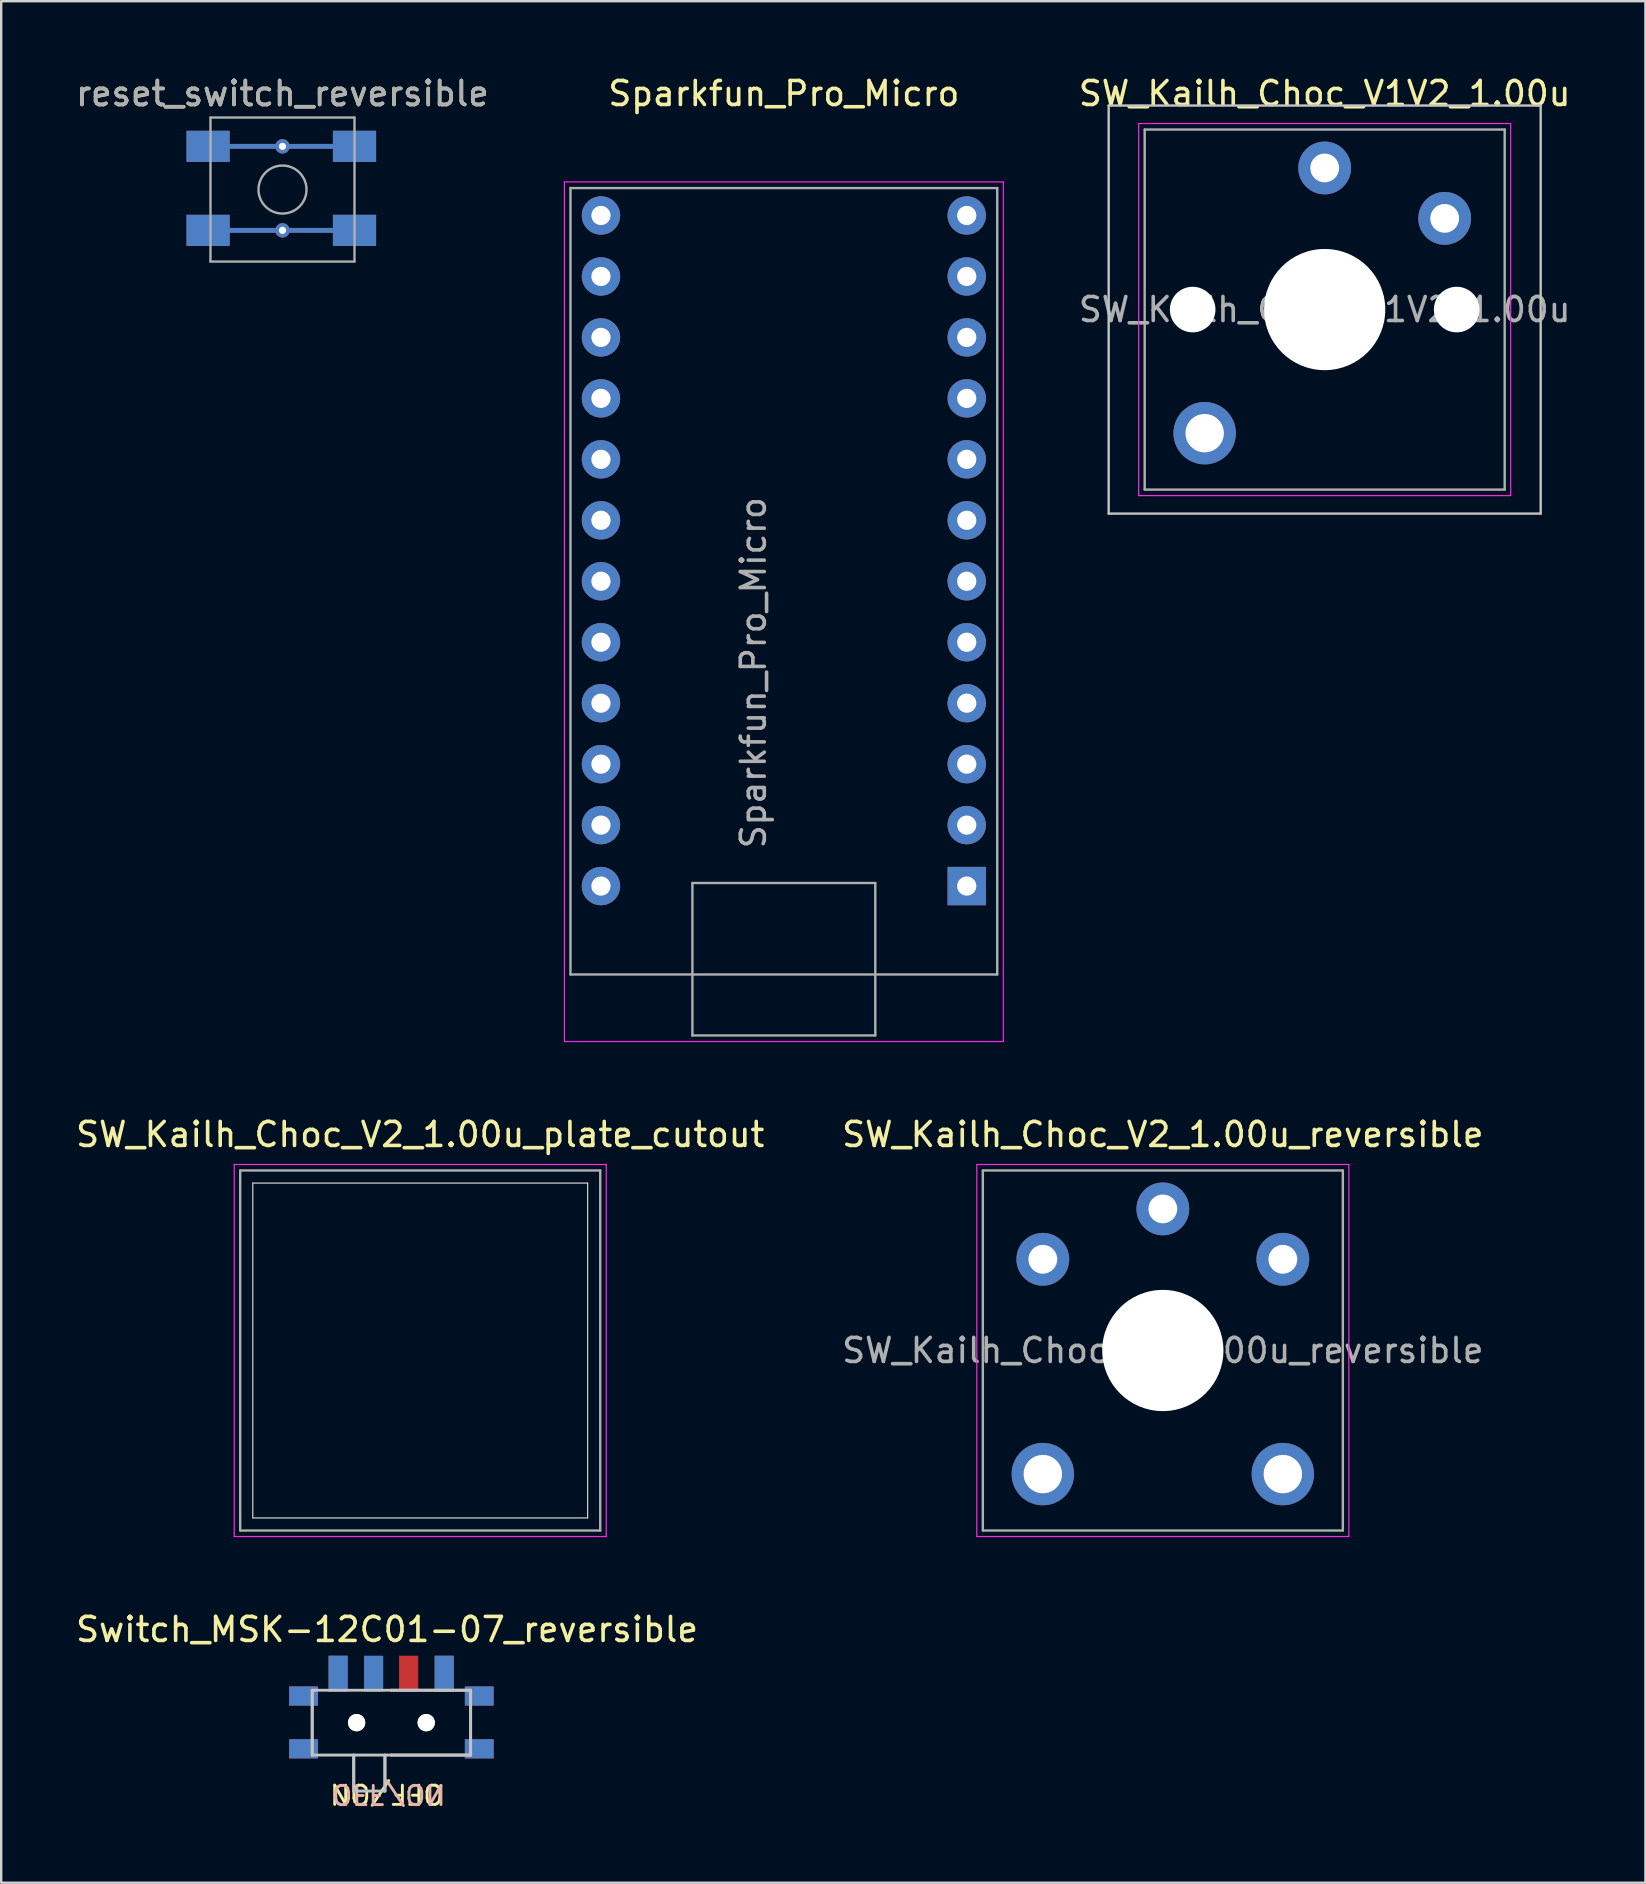
<source format=kicad_pcb>
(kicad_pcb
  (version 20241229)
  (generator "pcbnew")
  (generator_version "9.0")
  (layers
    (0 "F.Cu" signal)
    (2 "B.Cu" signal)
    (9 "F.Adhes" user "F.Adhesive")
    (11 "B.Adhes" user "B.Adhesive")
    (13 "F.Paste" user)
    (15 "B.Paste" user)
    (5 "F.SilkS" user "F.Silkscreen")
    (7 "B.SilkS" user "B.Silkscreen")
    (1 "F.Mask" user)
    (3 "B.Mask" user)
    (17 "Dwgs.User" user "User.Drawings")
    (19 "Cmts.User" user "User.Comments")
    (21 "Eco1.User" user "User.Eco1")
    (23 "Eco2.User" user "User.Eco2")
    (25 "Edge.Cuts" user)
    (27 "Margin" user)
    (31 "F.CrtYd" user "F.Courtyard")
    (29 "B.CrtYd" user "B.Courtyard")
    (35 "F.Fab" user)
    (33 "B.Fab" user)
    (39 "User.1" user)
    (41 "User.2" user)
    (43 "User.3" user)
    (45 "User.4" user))
  (footprint "Sparkfun_Pro_Micro"
    (layer "F.Cu")
    (at 21.989 5.928)
    (property "Reference" "Sparkfun_Pro_Micro" (at 7.62 -5.08 0) (layer "F.SilkS") (effects (font (size 1 1) (thickness 0.15))))
    (attr through_hole)
    (fp_line (start -1.524 -1.397) (end -1.524 34.417) (stroke (width 0.05) (type solid)) (layer "F.CrtYd"))
    (fp_line (start -1.524 -1.397) (end 16.764 -1.397) (stroke (width 0.05) (type solid)) (layer "F.CrtYd"))
    (fp_line (start 16.764 34.417) (end -1.524 34.417) (stroke (width 0.05) (type solid)) (layer "F.CrtYd"))
    (fp_line (start 16.764 34.417) (end 16.764 -1.397) (stroke (width 0.05) (type solid)) (layer "F.CrtYd"))
    (fp_line (start -1.27 -1.143) (end 16.51 -1.143) (stroke (width 0.1) (type solid)) (layer "F.Fab"))
    (fp_line (start -1.27 31.623) (end -1.27 -1.143) (stroke (width 0.1) (type solid)) (layer "F.Fab"))
    (fp_line (start 3.81 27.813) (end 11.43 27.813) (stroke (width 0.1) (type solid)) (layer "F.Fab"))
    (fp_line (start 3.81 34.163) (end 3.81 27.813) (stroke (width 0.1) (type solid)) (layer "F.Fab"))
    (fp_line (start 11.43 27.813) (end 11.43 34.163) (stroke (width 0.1) (type solid)) (layer "F.Fab"))
    (fp_line (start 11.43 34.163) (end 3.81 34.163) (stroke (width 0.1) (type solid)) (layer "F.Fab"))
    (fp_line (start 16.51 -1.143) (end 16.51 31.623) (stroke (width 0.1) (type solid)) (layer "F.Fab"))
    (fp_line (start 16.51 31.623) (end -1.27 31.623) (stroke (width 0.1) (type solid)) (layer "F.Fab"))
    (fp_text user "${REFERENCE}" (at 6.35 19.05 90) (layer "F.Fab") (effects (font (size 1 1) (thickness 0.15))))
    (pad "1" thru_hole rect (at 15.24 27.94) (size 1.6 1.6) (drill 0.8) (layers "*.Cu" "*.Mask"))
    (pad "2" thru_hole oval (at 15.24 25.4) (size 1.6 1.6) (drill 0.8) (layers "*.Cu" "*.Mask"))
    (pad "3" thru_hole oval (at 15.24 22.86) (size 1.6 1.6) (drill 0.8) (layers "*.Cu" "*.Mask"))
    (pad "4" thru_hole oval (at 15.24 20.32) (size 1.6 1.6) (drill 0.8) (layers "*.Cu" "*.Mask"))
    (pad "5" thru_hole oval (at 15.24 17.78) (size 1.6 1.6) (drill 0.8) (layers "*.Cu" "*.Mask"))
    (pad "6" thru_hole oval (at 15.24 15.24) (size 1.6 1.6) (drill 0.8) (layers "*.Cu" "*.Mask"))
    (pad "7" thru_hole oval (at 15.24 12.7) (size 1.6 1.6) (drill 0.8) (layers "*.Cu" "*.Mask"))
    (pad "8" thru_hole oval (at 15.24 10.16) (size 1.6 1.6) (drill 0.8) (layers "*.Cu" "*.Mask"))
    (pad "9" thru_hole oval (at 15.24 7.62) (size 1.6 1.6) (drill 0.8) (layers "*.Cu" "*.Mask"))
    (pad "10" thru_hole oval (at 15.24 5.08) (size 1.6 1.6) (drill 0.8) (layers "*.Cu" "*.Mask"))
    (pad "11" thru_hole oval (at 15.24 2.54) (size 1.6 1.6) (drill 0.8) (layers "*.Cu" "*.Mask"))
    (pad "12" thru_hole oval (at 15.24 0) (size 1.6 1.6) (drill 0.8) (layers "*.Cu" "*.Mask"))
    (pad "13" thru_hole oval (at 0 0) (size 1.6 1.6) (drill 0.8) (layers "*.Cu" "*.Mask"))
    (pad "14" thru_hole oval (at 0 2.54) (size 1.6 1.6) (drill 0.8) (layers "*.Cu" "*.Mask"))
    (pad "15" thru_hole oval (at 0 5.08) (size 1.6 1.6) (drill 0.8) (layers "*.Cu" "*.Mask"))
    (pad "16" thru_hole oval (at 0 7.62) (size 1.6 1.6) (drill 0.8) (layers "*.Cu" "*.Mask"))
    (pad "17" thru_hole oval (at 0 10.16) (size 1.6 1.6) (drill 0.8) (layers "*.Cu" "*.Mask"))
    (pad "18" thru_hole oval (at 0 12.7) (size 1.6 1.6) (drill 0.8) (layers "*.Cu" "*.Mask"))
    (pad "19" thru_hole oval (at 0 15.24) (size 1.6 1.6) (drill 0.8) (layers "*.Cu" "*.Mask"))
    (pad "20" thru_hole oval (at 0 17.78) (size 1.6 1.6) (drill 0.8) (layers "*.Cu" "*.Mask"))
    (pad "21" thru_hole oval (at 0 20.32) (size 1.6 1.6) (drill 0.8) (layers "*.Cu" "*.Mask"))
    (pad "22" thru_hole oval (at 0 22.86) (size 1.6 1.6) (drill 0.8) (layers "*.Cu" "*.Mask"))
    (pad "23" thru_hole oval (at 0 25.4) (size 1.6 1.6) (drill 0.8) (layers "*.Cu" "*.Mask"))
    (pad "24" thru_hole oval (at 0 27.94) (size 1.6 1.6) (drill 0.8) (layers "*.Cu" "*.Mask")))
  (footprint "SW_Kailh_Choc_V2_1.00u_reversible"
    (layer "F.Cu")
    (at 45.399 53.218)
    (property "Reference" "SW_Kailh_Choc_V2_1.00u_reversible" (at 0 -9 0) (layer "F.SilkS") (effects (font (size 1 1) (thickness 0.15))))
    (attr through_hole)
    (fp_line (start -7.25 -7.25) (end -7.25 7.25) (stroke (width 0.1) (type solid)) (layer "Eco1.User"))
    (fp_line (start -7.25 7.25) (end 7.25 7.25) (stroke (width 0.1) (type solid)) (layer "Eco1.User"))
    (fp_line (start 7.25 -7.25) (end -7.25 -7.25) (stroke (width 0.1) (type solid)) (layer "Eco1.User"))
    (fp_line (start 7.25 7.25) (end 7.25 -7.25) (stroke (width 0.1) (type solid)) (layer "Eco1.User"))
    (fp_line (start -7.75 -7.75) (end -7.75 7.75) (stroke (width 0.05) (type solid)) (layer "F.CrtYd"))
    (fp_line (start -7.75 7.75) (end 7.75 7.75) (stroke (width 0.05) (type solid)) (layer "F.CrtYd"))
    (fp_line (start 7.75 -7.75) (end -7.75 -7.75) (stroke (width 0.05) (type solid)) (layer "F.CrtYd"))
    (fp_line (start 7.75 7.75) (end 7.75 -7.75) (stroke (width 0.05) (type solid)) (layer "F.CrtYd"))
    (fp_line (start -7.5 -7.5) (end -7.5 7.5) (stroke (width 0.1) (type solid)) (layer "F.Fab"))
    (fp_line (start -7.5 7.5) (end 7.5 7.5) (stroke (width 0.1) (type solid)) (layer "F.Fab"))
    (fp_line (start 7.5 -7.5) (end -7.5 -7.5) (stroke (width 0.1) (type solid)) (layer "F.Fab"))
    (fp_line (start 7.5 7.5) (end 7.5 -7.5) (stroke (width 0.1) (type solid)) (layer "F.Fab"))
    (fp_text user "${REFERENCE}" (at 0 0 0) (layer "F.Fab") (effects (font (size 1 1) (thickness 0.15))))
    (pad "" thru_hole circle (at -5 5.15) (size 2.6 2.6) (drill 1.6) (layers "*.Cu" "*.Mask"))
    (pad "" np_thru_hole circle (at 0 0) (size 5.05 5.05) (drill 5.05) (layers "*.Cu" "*.Mask"))
    (pad "" thru_hole circle (at 5 5.15) (size 2.6 2.6) (drill 1.6) (layers "*.Cu" "*.Mask"))
    (pad "1" thru_hole circle (at 0 -5.9) (size 2.2 2.2) (drill 1.2) (layers "*.Cu" "*.Mask"))
    (pad "2" thru_hole circle (at -5 -3.8) (size 2.2 2.2) (drill 1.2) (layers "*.Cu" "*.Mask"))
    (pad "2" thru_hole circle (at 5 -3.8) (size 2.2 2.2) (drill 1.2) (layers "*.Cu" "*.Mask")))
  (footprint "SW_Kailh_Choc_V1V2_1.00u"
    (layer "F.Cu")
    (at 52.142 9.848)
    (property "Reference" "SW_Kailh_Choc_V1V2_1.00u" (at 0 -9 0) (layer "F.SilkS") (effects (font (size 1 1) (thickness 0.15))))
    (attr through_hole)
    (fp_line (start -9 -8.5) (end -9 8.5) (stroke (width 0.1) (type solid)) (layer "Dwgs.User"))
    (fp_line (start -9 8.5) (end 9 8.5) (stroke (width 0.1) (type solid)) (layer "Dwgs.User"))
    (fp_line (start 9 -8.5) (end -9 -8.5) (stroke (width 0.1) (type solid)) (layer "Dwgs.User"))
    (fp_line (start 9 8.5) (end 9 -8.5) (stroke (width 0.1) (type solid)) (layer "Dwgs.User"))
    (fp_line (start -7.25 -7.25) (end -7.25 7.25) (stroke (width 0.1) (type solid)) (layer "Eco1.User"))
    (fp_line (start -7.25 7.25) (end 7.25 7.25) (stroke (width 0.1) (type solid)) (layer "Eco1.User"))
    (fp_line (start 7.25 -7.25) (end -7.25 -7.25) (stroke (width 0.1) (type solid)) (layer "Eco1.User"))
    (fp_line (start 7.25 7.25) (end 7.25 -7.25) (stroke (width 0.1) (type solid)) (layer "Eco1.User"))
    (fp_line (start -7.75 -7.75) (end -7.75 7.75) (stroke (width 0.05) (type solid)) (layer "F.CrtYd"))
    (fp_line (start -7.75 7.75) (end 7.75 7.75) (stroke (width 0.05) (type solid)) (layer "F.CrtYd"))
    (fp_line (start 7.75 -7.75) (end -7.75 -7.75) (stroke (width 0.05) (type solid)) (layer "F.CrtYd"))
    (fp_line (start 7.75 7.75) (end 7.75 -7.75) (stroke (width 0.05) (type solid)) (layer "F.CrtYd"))
    (fp_line (start -7.5 -7.5) (end -7.5 7.5) (stroke (width 0.1) (type solid)) (layer "F.Fab"))
    (fp_line (start -7.5 7.5) (end 7.5 7.5) (stroke (width 0.1) (type solid)) (layer "F.Fab"))
    (fp_line (start 7.5 -7.5) (end -7.5 -7.5) (stroke (width 0.1) (type solid)) (layer "F.Fab"))
    (fp_line (start 7.5 7.5) (end 7.5 -7.5) (stroke (width 0.1) (type solid)) (layer "F.Fab"))
    (fp_text user "${REFERENCE}" (at 0 0 0) (layer "F.Fab") (effects (font (size 1 1) (thickness 0.15))))
    (pad "" np_thru_hole circle (at -5.5 0) (size 1.9 1.9) (drill 1.9) (layers "*.Cu" "*.Mask"))
    (pad "" thru_hole circle (at -5 5.15) (size 2.6 2.6) (drill 1.6) (layers "*.Cu" "*.Mask"))
    (pad "" np_thru_hole circle (at 0 0) (size 5.05 5.05) (drill 5.05) (layers "*.Cu" "*.Mask"))
    (pad "" np_thru_hole circle (at 5.5 0) (size 1.9 1.9) (drill 1.9) (layers "*.Cu" "*.Mask"))
    (pad "1" thru_hole circle (at 0 -5.9) (size 2.2 2.2) (drill 1.2) (layers "*.Cu" "*.Mask"))
    (pad "2" thru_hole circle (at 5 -3.8) (size 2.2 2.2) (drill 1.2) (layers "*.Cu" "*.Mask")))
  (footprint "SW_Kailh_Choc_V2_1.00u_plate_cutout"
    (layer "F.Cu")
    (at 14.458 53.218)
    (property "Reference" "SW_Kailh_Choc_V2_1.00u_plate_cutout" (at 0 -9 0) (layer "F.SilkS") (effects (font (size 1 1) (thickness 0.15))))
    (attr through_hole)
    (fp_line (start -7.25 -7.25) (end -7.25 7.25) (stroke (width 0.1) (type solid)) (layer "Eco1.User"))
    (fp_line (start -7.25 7.25) (end 7.25 7.25) (stroke (width 0.1) (type solid)) (layer "Eco1.User"))
    (fp_line (start 7.25 -7.25) (end -7.25 -7.25) (stroke (width 0.1) (type solid)) (layer "Eco1.User"))
    (fp_line (start 7.25 7.25) (end 7.25 -7.25) (stroke (width 0.1) (type solid)) (layer "Eco1.User"))
    (fp_line (start -6.975 -6.975) (end 6.975 -6.975) (stroke (width 0.05) (type default)) (layer "Edge.Cuts"))
    (fp_line (start -6.975 6.975) (end -6.975 -6.975) (stroke (width 0.05) (type default)) (layer "Edge.Cuts"))
    (fp_line (start 6.975 -6.975) (end 6.975 6.975) (stroke (width 0.05) (type default)) (layer "Edge.Cuts"))
    (fp_line (start 6.975 6.975) (end -6.975 6.975) (stroke (width 0.05) (type default)) (layer "Edge.Cuts"))
    (fp_line (start -7.75 -7.75) (end -7.75 7.75) (stroke (width 0.05) (type solid)) (layer "F.CrtYd"))
    (fp_line (start -7.75 7.75) (end 7.75 7.75) (stroke (width 0.05) (type solid)) (layer "F.CrtYd"))
    (fp_line (start 7.75 -7.75) (end -7.75 -7.75) (stroke (width 0.05) (type solid)) (layer "F.CrtYd"))
    (fp_line (start 7.75 7.75) (end 7.75 -7.75) (stroke (width 0.05) (type solid)) (layer "F.CrtYd"))
    (fp_line (start -7.5 -7.5) (end -7.5 7.5) (stroke (width 0.1) (type solid)) (layer "F.Fab"))
    (fp_line (start -7.5 7.5) (end 7.5 7.5) (stroke (width 0.1) (type solid)) (layer "F.Fab"))
    (fp_line (start 7.5 -7.5) (end -7.5 -7.5) (stroke (width 0.1) (type solid)) (layer "F.Fab"))
    (fp_line (start 7.5 7.5) (end 7.5 -7.5) (stroke (width 0.1) (type solid)) (layer "F.Fab")))
  (footprint "Switch_MSK-12C01-07_reversible"
    (layer "F.Cu")
    (at 13.258 68.724)
    (property "Reference" "Switch_MSK-12C01-07_reversible" (at -0.181 -3.882 0) (layer "F.SilkS") (effects (font (size 1 1) (thickness 0.15))))
    (attr through_hole)
    (fp_line (start -3.3 -1.35) (end -3.3 1.35) (stroke (width 0.12) (type solid)) (layer "Dwgs.User"))
    (fp_line (start -3.3 -1.35) (end -3.3 1.35) (stroke (width 0.12) (type solid)) (layer "Dwgs.User"))
    (fp_line (start -3.3 -1.35) (end 0 -1.35) (stroke (width 0.12) (type solid)) (layer "Dwgs.User"))
    (fp_line (start -3.3 1.35) (end 0 1.35) (stroke (width 0.12) (type solid)) (layer "Dwgs.User"))
    (fp_line (start -1.57 1.35) (end -1.57 2.85) (stroke (width 0.12) (type solid)) (layer "Dwgs.User"))
    (fp_line (start -1.57 1.35) (end -1.57 2.85) (stroke (width 0.12) (type solid)) (layer "Dwgs.User"))
    (fp_line (start -1.57 2.85) (end -0.27 2.85) (stroke (width 0.12) (type solid)) (layer "Dwgs.User"))
    (fp_line (start -0.27 1.35) (end -0.27 2.85) (stroke (width 0.12) (type solid)) (layer "Dwgs.User"))
    (fp_line (start -0.27 1.35) (end -0.27 2.85) (stroke (width 0.12) (type solid)) (layer "Dwgs.User"))
    (fp_line (start 0 -1.35) (end 3.3 -1.35) (stroke (width 0.12) (type solid)) (layer "Dwgs.User"))
    (fp_line (start 0 -1.35) (end 3.3 -1.35) (stroke (width 0.12) (type solid)) (layer "Dwgs.User"))
    (fp_line (start 0 1.35) (end 3.3 1.35) (stroke (width 0.12) (type solid)) (layer "Dwgs.User"))
    (fp_line (start 0 1.35) (end 3.3 1.35) (stroke (width 0.12) (type solid)) (layer "Dwgs.User"))
    (fp_line (start 3.3 -1.35) (end 3.3 1.35) (stroke (width 0.12) (type solid)) (layer "Dwgs.User"))
    (fp_line (start 3.3 -1.35) (end 3.3 1.35) (stroke (width 0.12) (type solid)) (layer "Dwgs.User"))
    (fp_text user "OFF/ON" (at 2.25 2.5 180) (unlocked yes) (layer "F.SilkS") (effects (font (size 0.8 0.8) (thickness 0.12)) (justify left bottom)))
    (fp_text user "OFF/ON" (at -2.55 2.51 180) (unlocked yes) (layer "B.SilkS") (effects (font (size 0.8 0.8) (thickness 0.12)) (justify left bottom mirror)))
    (pad "" np_thru_hole circle (at -1.45 0) (size 0.72 0.72) (drill 0.72) (layers "*.Cu" "*.Mask" "F.SilkS"))
    (pad "" np_thru_hole circle (at 1.45 0) (size 0.72 0.72) (drill 0.72) (layers "*.Cu" "*.Mask" "F.SilkS"))
    (pad "1" smd rect (at -2.22 -2.04) (size 0.8 1.5) (layers "F.Cu" "F.Mask" "F.Paste"))
    (pad "1" smd rect (at 2.2 -2.04) (size 0.8 1.5) (layers "B.Cu" "B.Mask" "B.Paste"))
    (pad "2" smd rect (at -0.74 -2.04) (size 0.8 1.5) (layers "B.Cu" "B.Mask" "B.Paste"))
    (pad "2" smd rect (at 0.72 -2.04) (size 0.8 1.5) (layers "F.Cu" "F.Mask" "F.Paste"))
    (pad "3" smd rect (at -2.22 -2.04) (size 0.8 1.5) (layers "B.Cu" "B.Mask" "B.Paste"))
    (pad "3" smd rect (at 2.2 -2.04) (size 0.8 1.5) (layers "F.Cu" "F.Mask" "F.Paste"))
    (pad "4" smd rect (at -3.66 -1.11) (size 1.2 0.8) (layers "F.Cu" "F.Mask" "F.Paste"))
    (pad "4" smd rect (at -3.66 -1.11) (size 1.2 0.8) (layers "B.Cu" "B.Mask" "B.Paste"))
    (pad "4" smd rect (at -3.66 1.09) (size 1.2 0.8) (layers "F.Cu" "F.Mask" "F.Paste"))
    (pad "4" smd rect (at -3.66 1.09) (size 1.2 0.8) (layers "B.Cu" "B.Mask" "B.Paste"))
    (pad "4" smd rect (at 3.66 -1.11) (size 1.2 0.8) (layers "F.Cu" "F.Mask" "F.Paste"))
    (pad "4" smd rect (at 3.66 -1.11) (size 1.2 0.8) (layers "B.Cu" "B.Mask" "B.Paste"))
    (pad "4" smd rect (at 3.66 1.09) (size 1.2 0.8) (layers "F.Cu" "F.Mask" "F.Paste"))
    (pad "4" smd rect (at 3.66 1.09) (size 1.2 0.8) (layers "B.Cu" "B.Mask" "B.Paste")))
  (footprint "reset_switch_reversible"
    (layer "F.Cu")
    (at 8.72 4.848)
    (property "Reference" "reset_switch_reversible" (at 0 -4 180) (layer "F.SilkS") (effects (font (size 1 1) (thickness 0.15))))
    (attr smd exclude_from_pos_files)
    (fp_line (start -3.1 -1.8) (end 0 -1.8) (stroke (width 0.2) (type default)) (layer "F.Cu"))
    (fp_line (start 0 -1.8) (end 3.1 -1.8) (stroke (width 0.2) (type default)) (layer "F.Cu"))
    (fp_line (start 0 1.7) (end -3.1 1.7) (stroke (width 0.2) (type default)) (layer "F.Cu"))
    (fp_line (start 0 1.7) (end 3 1.7) (stroke (width 0.2) (type default)) (layer "F.Cu"))
    (fp_line (start -3.1 1.7) (end 0 1.7) (stroke (width 0.2) (type default)) (layer "B.Cu"))
    (fp_line (start 0 -1.8) (end -3.1 -1.8) (stroke (width 0.2) (type default)) (layer "B.Cu"))
    (fp_line (start 0 1.7) (end 3 1.7) (stroke (width 0.2) (type default)) (layer "B.Cu"))
    (fp_line (start 3.1 -1.8) (end 0 -1.8) (stroke (width 0.2) (type default)) (layer "B.Cu"))
    (fp_line (start -3 -3) (end 3 -3) (stroke (width 0.1) (type solid)) (layer "F.Fab"))
    (fp_line (start -3 3) (end -3 -3) (stroke (width 0.1) (type solid)) (layer "F.Fab"))
    (fp_line (start 3 -3) (end 3 3) (stroke (width 0.1) (type solid)) (layer "F.Fab"))
    (fp_line (start 3 3) (end -3 3) (stroke (width 0.1) (type solid)) (layer "F.Fab"))
    (fp_circle (center 0 0) (end 1 0) (stroke (width 0.1) (type solid)) (fill no) (layer "F.Fab"))
    (fp_text user "${REFERENCE}" (at 0 -4 180) (layer "F.Fab") (effects (font (size 1 1) (thickness 0.15))))
    (pad "1" smd rect (at -3.1 -1.8) (size 1.8 1.3) (layers "F.Cu" "F.Mask" "F.Paste"))
    (pad "1" smd rect (at -3.1 -1.8) (size 1.8 1.3) (layers "B.Cu" "B.Mask" "B.Paste"))
    (pad "1" thru_hole circle (at 0 -1.8) (size 0.6 0.6) (drill 0.3) (layers "*.Cu" "*.Mask"))
    (pad "1" smd rect (at 3 -1.8) (size 1.8 1.3) (layers "F.Cu" "F.Mask" "F.Paste"))
    (pad "1" smd rect (at 3 -1.8) (size 1.8 1.3) (layers "B.Cu" "B.Mask" "B.Paste"))
    (pad "2" smd rect (at -3.1 1.7) (size 1.8 1.3) (layers "F.Cu" "F.Mask" "F.Paste"))
    (pad "2" smd rect (at -3.1 1.7) (size 1.8 1.3) (layers "B.Cu" "B.Mask" "B.Paste"))
    (pad "2" thru_hole circle (at 0 1.7) (size 0.6 0.6) (drill 0.3) (layers "*.Cu" "*.Mask"))
    (pad "2" smd rect (at 3 1.7) (size 1.8 1.3) (layers "F.Cu" "F.Mask" "F.Paste"))
    (pad "2" smd rect (at 3 1.7) (size 1.8 1.3) (layers "B.Cu" "B.Mask" "B.Paste")))
  (gr_rect
    (start -3 -3)
    (end 65.505 75.394)
    (stroke (width 0.1) (type default))
    (fill no)
    (layer "Edge.Cuts")))
</source>
